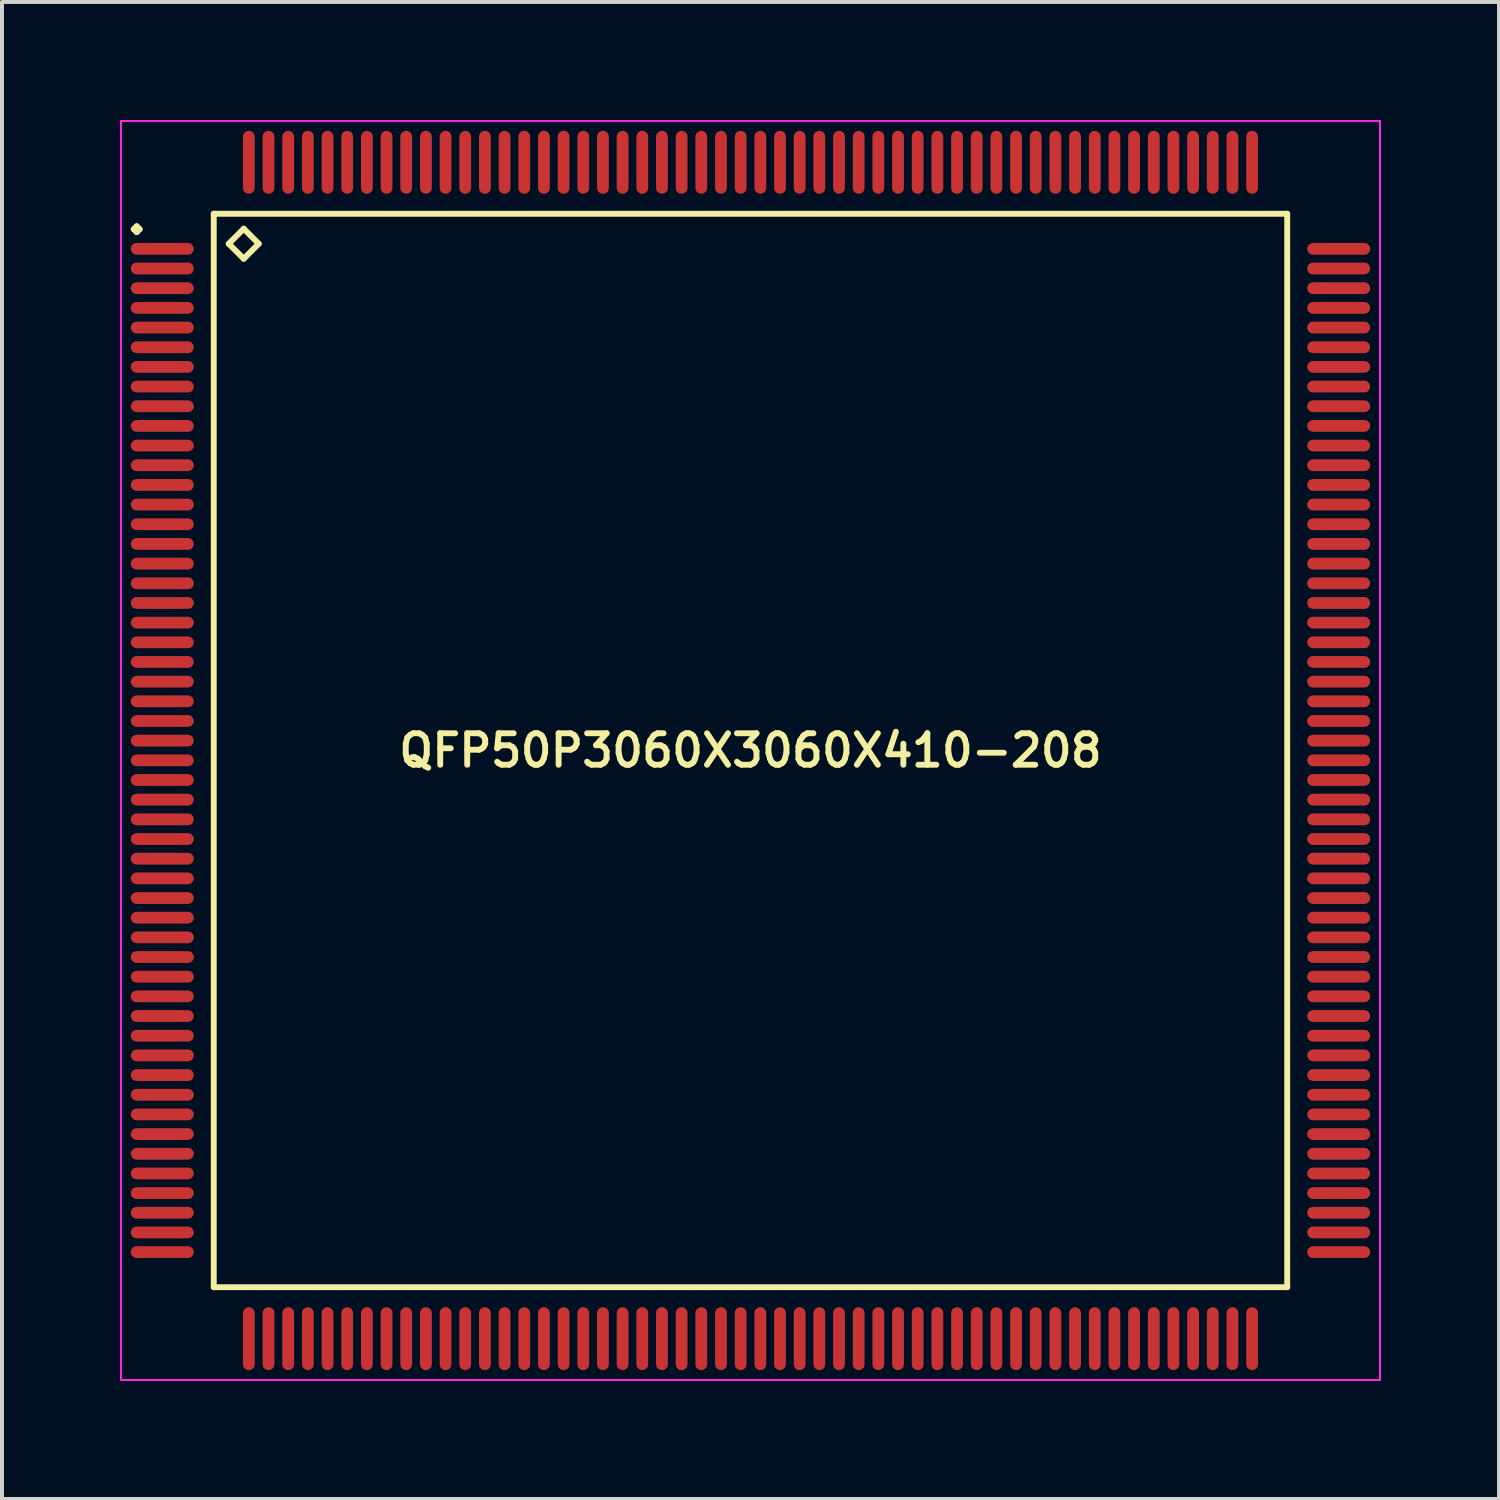
<source format=kicad_pcb>
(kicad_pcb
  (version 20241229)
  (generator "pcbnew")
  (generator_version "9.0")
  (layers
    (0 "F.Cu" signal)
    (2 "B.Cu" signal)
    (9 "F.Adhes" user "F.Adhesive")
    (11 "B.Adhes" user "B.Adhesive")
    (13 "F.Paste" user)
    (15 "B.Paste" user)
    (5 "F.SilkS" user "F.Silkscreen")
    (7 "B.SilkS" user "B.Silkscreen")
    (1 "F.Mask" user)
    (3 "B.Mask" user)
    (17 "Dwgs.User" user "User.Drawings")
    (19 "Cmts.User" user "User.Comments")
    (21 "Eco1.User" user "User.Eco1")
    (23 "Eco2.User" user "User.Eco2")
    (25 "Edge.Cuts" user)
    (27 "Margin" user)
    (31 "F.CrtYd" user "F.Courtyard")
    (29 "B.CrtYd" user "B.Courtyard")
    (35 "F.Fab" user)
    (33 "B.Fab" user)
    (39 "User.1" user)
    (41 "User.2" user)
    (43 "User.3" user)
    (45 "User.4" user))
  (footprint "QFP50P3060X3060X410-208"
    (layer "F.Cu")
    (at 16.025 16.025)
    (property "Reference" "QFP50P3060X3060X410-208" (at 0 0 0) (layer "F.SilkS") (effects (font (size 0.8 0.8) (thickness 0.15))))
    (attr smd)
    (fp_line (start -15.675 -13.25) (end -15.6 -13.325) (stroke (width 0.15) (type solid)) (layer "F.SilkS"))
    (fp_line (start -15.6 -13.325) (end -15.525 -13.25) (stroke (width 0.15) (type solid)) (layer "F.SilkS"))
    (fp_line (start -15.6 -13.175) (end -15.675 -13.25) (stroke (width 0.15) (type solid)) (layer "F.SilkS"))
    (fp_line (start -15.525 -13.25) (end -15.6 -13.175) (stroke (width 0.15) (type solid)) (layer "F.SilkS"))
    (fp_line (start -13.642 -13.642) (end -13.642 13.642) (stroke (width 0.15) (type solid)) (layer "F.SilkS"))
    (fp_line (start -13.642 13.642) (end 13.642 13.642) (stroke (width 0.15) (type solid)) (layer "F.SilkS"))
    (fp_line (start -13.261 -12.88) (end -12.88 -13.261) (stroke (width 0.15) (type solid)) (layer "F.SilkS"))
    (fp_line (start -12.88 -13.261) (end -12.499 -12.88) (stroke (width 0.15) (type solid)) (layer "F.SilkS"))
    (fp_line (start -12.88 -12.499) (end -13.261 -12.88) (stroke (width 0.15) (type solid)) (layer "F.SilkS"))
    (fp_line (start -12.499 -12.88) (end -12.88 -12.499) (stroke (width 0.15) (type solid)) (layer "F.SilkS"))
    (fp_line (start 13.642 -13.642) (end -13.642 -13.642) (stroke (width 0.15) (type solid)) (layer "F.SilkS"))
    (fp_line (start 13.642 13.642) (end 13.642 -13.642) (stroke (width 0.15) (type solid)) (layer "F.SilkS"))
    (fp_line (start -16 -16) (end 16 -16) (stroke (width 0.05) (type solid)) (layer "F.CrtYd"))
    (fp_line (start -16 16) (end -16 -16) (stroke (width 0.05) (type solid)) (layer "F.CrtYd"))
    (fp_line (start 16 -16) (end 16 16) (stroke (width 0.05) (type solid)) (layer "F.CrtYd"))
    (fp_line (start 16 16) (end -16 16) (stroke (width 0.05) (type solid)) (layer "F.CrtYd"))
    (pad "1" smd oval (at -14.95 -12.75) (size 1.6 0.3) (layers "F.Cu" "F.Mask" "F.Paste"))
    (pad "2" smd oval (at -14.95 -12.25) (size 1.6 0.3) (layers "F.Cu" "F.Mask" "F.Paste"))
    (pad "3" smd oval (at -14.95 -11.75) (size 1.6 0.3) (layers "F.Cu" "F.Mask" "F.Paste"))
    (pad "4" smd oval (at -14.95 -11.25) (size 1.6 0.3) (layers "F.Cu" "F.Mask" "F.Paste"))
    (pad "5" smd oval (at -14.95 -10.75) (size 1.6 0.3) (layers "F.Cu" "F.Mask" "F.Paste"))
    (pad "6" smd oval (at -14.95 -10.25) (size 1.6 0.3) (layers "F.Cu" "F.Mask" "F.Paste"))
    (pad "7" smd oval (at -14.95 -9.75) (size 1.6 0.3) (layers "F.Cu" "F.Mask" "F.Paste"))
    (pad "8" smd oval (at -14.95 -9.25) (size 1.6 0.3) (layers "F.Cu" "F.Mask" "F.Paste"))
    (pad "9" smd oval (at -14.95 -8.75) (size 1.6 0.3) (layers "F.Cu" "F.Mask" "F.Paste"))
    (pad "10" smd oval (at -14.95 -8.25) (size 1.6 0.3) (layers "F.Cu" "F.Mask" "F.Paste"))
    (pad "11" smd oval (at -14.95 -7.75) (size 1.6 0.3) (layers "F.Cu" "F.Mask" "F.Paste"))
    (pad "12" smd oval (at -14.95 -7.25) (size 1.6 0.3) (layers "F.Cu" "F.Mask" "F.Paste"))
    (pad "13" smd oval (at -14.95 -6.75) (size 1.6 0.3) (layers "F.Cu" "F.Mask" "F.Paste"))
    (pad "14" smd oval (at -14.95 -6.25) (size 1.6 0.3) (layers "F.Cu" "F.Mask" "F.Paste"))
    (pad "15" smd oval (at -14.95 -5.75) (size 1.6 0.3) (layers "F.Cu" "F.Mask" "F.Paste"))
    (pad "16" smd oval (at -14.95 -5.25) (size 1.6 0.3) (layers "F.Cu" "F.Mask" "F.Paste"))
    (pad "17" smd oval (at -14.95 -4.75) (size 1.6 0.3) (layers "F.Cu" "F.Mask" "F.Paste"))
    (pad "18" smd oval (at -14.95 -4.25) (size 1.6 0.3) (layers "F.Cu" "F.Mask" "F.Paste"))
    (pad "19" smd oval (at -14.95 -3.75) (size 1.6 0.3) (layers "F.Cu" "F.Mask" "F.Paste"))
    (pad "20" smd oval (at -14.95 -3.25) (size 1.6 0.3) (layers "F.Cu" "F.Mask" "F.Paste"))
    (pad "21" smd oval (at -14.95 -2.75) (size 1.6 0.3) (layers "F.Cu" "F.Mask" "F.Paste"))
    (pad "22" smd oval (at -14.95 -2.25) (size 1.6 0.3) (layers "F.Cu" "F.Mask" "F.Paste"))
    (pad "23" smd oval (at -14.95 -1.75) (size 1.6 0.3) (layers "F.Cu" "F.Mask" "F.Paste"))
    (pad "24" smd oval (at -14.95 -1.25) (size 1.6 0.3) (layers "F.Cu" "F.Mask" "F.Paste"))
    (pad "25" smd oval (at -14.95 -0.75) (size 1.6 0.3) (layers "F.Cu" "F.Mask" "F.Paste"))
    (pad "26" smd oval (at -14.95 -0.25) (size 1.6 0.3) (layers "F.Cu" "F.Mask" "F.Paste"))
    (pad "27" smd oval (at -14.95 0.25) (size 1.6 0.3) (layers "F.Cu" "F.Mask" "F.Paste"))
    (pad "28" smd oval (at -14.95 0.75) (size 1.6 0.3) (layers "F.Cu" "F.Mask" "F.Paste"))
    (pad "29" smd oval (at -14.95 1.25) (size 1.6 0.3) (layers "F.Cu" "F.Mask" "F.Paste"))
    (pad "30" smd oval (at -14.95 1.75) (size 1.6 0.3) (layers "F.Cu" "F.Mask" "F.Paste"))
    (pad "31" smd oval (at -14.95 2.25) (size 1.6 0.3) (layers "F.Cu" "F.Mask" "F.Paste"))
    (pad "32" smd oval (at -14.95 2.75) (size 1.6 0.3) (layers "F.Cu" "F.Mask" "F.Paste"))
    (pad "33" smd oval (at -14.95 3.25) (size 1.6 0.3) (layers "F.Cu" "F.Mask" "F.Paste"))
    (pad "34" smd oval (at -14.95 3.75) (size 1.6 0.3) (layers "F.Cu" "F.Mask" "F.Paste"))
    (pad "35" smd oval (at -14.95 4.25) (size 1.6 0.3) (layers "F.Cu" "F.Mask" "F.Paste"))
    (pad "36" smd oval (at -14.95 4.75) (size 1.6 0.3) (layers "F.Cu" "F.Mask" "F.Paste"))
    (pad "37" smd oval (at -14.95 5.25) (size 1.6 0.3) (layers "F.Cu" "F.Mask" "F.Paste"))
    (pad "38" smd oval (at -14.95 5.75) (size 1.6 0.3) (layers "F.Cu" "F.Mask" "F.Paste"))
    (pad "39" smd oval (at -14.95 6.25) (size 1.6 0.3) (layers "F.Cu" "F.Mask" "F.Paste"))
    (pad "40" smd oval (at -14.95 6.75) (size 1.6 0.3) (layers "F.Cu" "F.Mask" "F.Paste"))
    (pad "41" smd oval (at -14.95 7.25) (size 1.6 0.3) (layers "F.Cu" "F.Mask" "F.Paste"))
    (pad "42" smd oval (at -14.95 7.75) (size 1.6 0.3) (layers "F.Cu" "F.Mask" "F.Paste"))
    (pad "43" smd oval (at -14.95 8.25) (size 1.6 0.3) (layers "F.Cu" "F.Mask" "F.Paste"))
    (pad "44" smd oval (at -14.95 8.75) (size 1.6 0.3) (layers "F.Cu" "F.Mask" "F.Paste"))
    (pad "45" smd oval (at -14.95 9.25) (size 1.6 0.3) (layers "F.Cu" "F.Mask" "F.Paste"))
    (pad "46" smd oval (at -14.95 9.75) (size 1.6 0.3) (layers "F.Cu" "F.Mask" "F.Paste"))
    (pad "47" smd oval (at -14.95 10.25) (size 1.6 0.3) (layers "F.Cu" "F.Mask" "F.Paste"))
    (pad "48" smd oval (at -14.95 10.75) (size 1.6 0.3) (layers "F.Cu" "F.Mask" "F.Paste"))
    (pad "49" smd oval (at -14.95 11.25) (size 1.6 0.3) (layers "F.Cu" "F.Mask" "F.Paste"))
    (pad "50" smd oval (at -14.95 11.75) (size 1.6 0.3) (layers "F.Cu" "F.Mask" "F.Paste"))
    (pad "51" smd oval (at -14.95 12.25) (size 1.6 0.3) (layers "F.Cu" "F.Mask" "F.Paste"))
    (pad "52" smd oval (at -14.95 12.75) (size 1.6 0.3) (layers "F.Cu" "F.Mask" "F.Paste"))
    (pad "53" smd oval (at -12.75 14.95) (size 0.3 1.6) (layers "F.Cu" "F.Mask" "F.Paste"))
    (pad "54" smd oval (at -12.25 14.95) (size 0.3 1.6) (layers "F.Cu" "F.Mask" "F.Paste"))
    (pad "55" smd oval (at -11.75 14.95) (size 0.3 1.6) (layers "F.Cu" "F.Mask" "F.Paste"))
    (pad "56" smd oval (at -11.25 14.95) (size 0.3 1.6) (layers "F.Cu" "F.Mask" "F.Paste"))
    (pad "57" smd oval (at -10.75 14.95) (size 0.3 1.6) (layers "F.Cu" "F.Mask" "F.Paste"))
    (pad "58" smd oval (at -10.25 14.95) (size 0.3 1.6) (layers "F.Cu" "F.Mask" "F.Paste"))
    (pad "59" smd oval (at -9.75 14.95) (size 0.3 1.6) (layers "F.Cu" "F.Mask" "F.Paste"))
    (pad "60" smd oval (at -9.25 14.95) (size 0.3 1.6) (layers "F.Cu" "F.Mask" "F.Paste"))
    (pad "61" smd oval (at -8.75 14.95) (size 0.3 1.6) (layers "F.Cu" "F.Mask" "F.Paste"))
    (pad "62" smd oval (at -8.25 14.95) (size 0.3 1.6) (layers "F.Cu" "F.Mask" "F.Paste"))
    (pad "63" smd oval (at -7.75 14.95) (size 0.3 1.6) (layers "F.Cu" "F.Mask" "F.Paste"))
    (pad "64" smd oval (at -7.25 14.95) (size 0.3 1.6) (layers "F.Cu" "F.Mask" "F.Paste"))
    (pad "65" smd oval (at -6.75 14.95) (size 0.3 1.6) (layers "F.Cu" "F.Mask" "F.Paste"))
    (pad "66" smd oval (at -6.25 14.95) (size 0.3 1.6) (layers "F.Cu" "F.Mask" "F.Paste"))
    (pad "67" smd oval (at -5.75 14.95) (size 0.3 1.6) (layers "F.Cu" "F.Mask" "F.Paste"))
    (pad "68" smd oval (at -5.25 14.95) (size 0.3 1.6) (layers "F.Cu" "F.Mask" "F.Paste"))
    (pad "69" smd oval (at -4.75 14.95) (size 0.3 1.6) (layers "F.Cu" "F.Mask" "F.Paste"))
    (pad "70" smd oval (at -4.25 14.95) (size 0.3 1.6) (layers "F.Cu" "F.Mask" "F.Paste"))
    (pad "71" smd oval (at -3.75 14.95) (size 0.3 1.6) (layers "F.Cu" "F.Mask" "F.Paste"))
    (pad "72" smd oval (at -3.25 14.95) (size 0.3 1.6) (layers "F.Cu" "F.Mask" "F.Paste"))
    (pad "73" smd oval (at -2.75 14.95) (size 0.3 1.6) (layers "F.Cu" "F.Mask" "F.Paste"))
    (pad "74" smd oval (at -2.25 14.95) (size 0.3 1.6) (layers "F.Cu" "F.Mask" "F.Paste"))
    (pad "75" smd oval (at -1.75 14.95) (size 0.3 1.6) (layers "F.Cu" "F.Mask" "F.Paste"))
    (pad "76" smd oval (at -1.25 14.95) (size 0.3 1.6) (layers "F.Cu" "F.Mask" "F.Paste"))
    (pad "77" smd oval (at -0.75 14.95) (size 0.3 1.6) (layers "F.Cu" "F.Mask" "F.Paste"))
    (pad "78" smd oval (at -0.25 14.95) (size 0.3 1.6) (layers "F.Cu" "F.Mask" "F.Paste"))
    (pad "79" smd oval (at 0.25 14.95) (size 0.3 1.6) (layers "F.Cu" "F.Mask" "F.Paste"))
    (pad "80" smd oval (at 0.75 14.95) (size 0.3 1.6) (layers "F.Cu" "F.Mask" "F.Paste"))
    (pad "81" smd oval (at 1.25 14.95) (size 0.3 1.6) (layers "F.Cu" "F.Mask" "F.Paste"))
    (pad "82" smd oval (at 1.75 14.95) (size 0.3 1.6) (layers "F.Cu" "F.Mask" "F.Paste"))
    (pad "83" smd oval (at 2.25 14.95) (size 0.3 1.6) (layers "F.Cu" "F.Mask" "F.Paste"))
    (pad "84" smd oval (at 2.75 14.95) (size 0.3 1.6) (layers "F.Cu" "F.Mask" "F.Paste"))
    (pad "85" smd oval (at 3.25 14.95) (size 0.3 1.6) (layers "F.Cu" "F.Mask" "F.Paste"))
    (pad "86" smd oval (at 3.75 14.95) (size 0.3 1.6) (layers "F.Cu" "F.Mask" "F.Paste"))
    (pad "87" smd oval (at 4.25 14.95) (size 0.3 1.6) (layers "F.Cu" "F.Mask" "F.Paste"))
    (pad "88" smd oval (at 4.75 14.95) (size 0.3 1.6) (layers "F.Cu" "F.Mask" "F.Paste"))
    (pad "89" smd oval (at 5.25 14.95) (size 0.3 1.6) (layers "F.Cu" "F.Mask" "F.Paste"))
    (pad "90" smd oval (at 5.75 14.95) (size 0.3 1.6) (layers "F.Cu" "F.Mask" "F.Paste"))
    (pad "91" smd oval (at 6.25 14.95) (size 0.3 1.6) (layers "F.Cu" "F.Mask" "F.Paste"))
    (pad "92" smd oval (at 6.75 14.95) (size 0.3 1.6) (layers "F.Cu" "F.Mask" "F.Paste"))
    (pad "93" smd oval (at 7.25 14.95) (size 0.3 1.6) (layers "F.Cu" "F.Mask" "F.Paste"))
    (pad "94" smd oval (at 7.75 14.95) (size 0.3 1.6) (layers "F.Cu" "F.Mask" "F.Paste"))
    (pad "95" smd oval (at 8.25 14.95) (size 0.3 1.6) (layers "F.Cu" "F.Mask" "F.Paste"))
    (pad "96" smd oval (at 8.75 14.95) (size 0.3 1.6) (layers "F.Cu" "F.Mask" "F.Paste"))
    (pad "97" smd oval (at 9.25 14.95) (size 0.3 1.6) (layers "F.Cu" "F.Mask" "F.Paste"))
    (pad "98" smd oval (at 9.75 14.95) (size 0.3 1.6) (layers "F.Cu" "F.Mask" "F.Paste"))
    (pad "99" smd oval (at 10.25 14.95) (size 0.3 1.6) (layers "F.Cu" "F.Mask" "F.Paste"))
    (pad "100" smd oval (at 10.75 14.95) (size 0.3 1.6) (layers "F.Cu" "F.Mask" "F.Paste"))
    (pad "101" smd oval (at 11.25 14.95) (size 0.3 1.6) (layers "F.Cu" "F.Mask" "F.Paste"))
    (pad "102" smd oval (at 11.75 14.95) (size 0.3 1.6) (layers "F.Cu" "F.Mask" "F.Paste"))
    (pad "103" smd oval (at 12.25 14.95) (size 0.3 1.6) (layers "F.Cu" "F.Mask" "F.Paste"))
    (pad "104" smd oval (at 12.75 14.95) (size 0.3 1.6) (layers "F.Cu" "F.Mask" "F.Paste"))
    (pad "105" smd oval (at 14.95 12.75) (size 1.6 0.3) (layers "F.Cu" "F.Mask" "F.Paste"))
    (pad "106" smd oval (at 14.95 12.25) (size 1.6 0.3) (layers "F.Cu" "F.Mask" "F.Paste"))
    (pad "107" smd oval (at 14.95 11.75) (size 1.6 0.3) (layers "F.Cu" "F.Mask" "F.Paste"))
    (pad "108" smd oval (at 14.95 11.25) (size 1.6 0.3) (layers "F.Cu" "F.Mask" "F.Paste"))
    (pad "109" smd oval (at 14.95 10.75) (size 1.6 0.3) (layers "F.Cu" "F.Mask" "F.Paste"))
    (pad "110" smd oval (at 14.95 10.25) (size 1.6 0.3) (layers "F.Cu" "F.Mask" "F.Paste"))
    (pad "111" smd oval (at 14.95 9.75) (size 1.6 0.3) (layers "F.Cu" "F.Mask" "F.Paste"))
    (pad "112" smd oval (at 14.95 9.25) (size 1.6 0.3) (layers "F.Cu" "F.Mask" "F.Paste"))
    (pad "113" smd oval (at 14.95 8.75) (size 1.6 0.3) (layers "F.Cu" "F.Mask" "F.Paste"))
    (pad "114" smd oval (at 14.95 8.25) (size 1.6 0.3) (layers "F.Cu" "F.Mask" "F.Paste"))
    (pad "115" smd oval (at 14.95 7.75) (size 1.6 0.3) (layers "F.Cu" "F.Mask" "F.Paste"))
    (pad "116" smd oval (at 14.95 7.25) (size 1.6 0.3) (layers "F.Cu" "F.Mask" "F.Paste"))
    (pad "117" smd oval (at 14.95 6.75) (size 1.6 0.3) (layers "F.Cu" "F.Mask" "F.Paste"))
    (pad "118" smd oval (at 14.95 6.25) (size 1.6 0.3) (layers "F.Cu" "F.Mask" "F.Paste"))
    (pad "119" smd oval (at 14.95 5.75) (size 1.6 0.3) (layers "F.Cu" "F.Mask" "F.Paste"))
    (pad "120" smd oval (at 14.95 5.25) (size 1.6 0.3) (layers "F.Cu" "F.Mask" "F.Paste"))
    (pad "121" smd oval (at 14.95 4.75) (size 1.6 0.3) (layers "F.Cu" "F.Mask" "F.Paste"))
    (pad "122" smd oval (at 14.95 4.25) (size 1.6 0.3) (layers "F.Cu" "F.Mask" "F.Paste"))
    (pad "123" smd oval (at 14.95 3.75) (size 1.6 0.3) (layers "F.Cu" "F.Mask" "F.Paste"))
    (pad "124" smd oval (at 14.95 3.25) (size 1.6 0.3) (layers "F.Cu" "F.Mask" "F.Paste"))
    (pad "125" smd oval (at 14.95 2.75) (size 1.6 0.3) (layers "F.Cu" "F.Mask" "F.Paste"))
    (pad "126" smd oval (at 14.95 2.25) (size 1.6 0.3) (layers "F.Cu" "F.Mask" "F.Paste"))
    (pad "127" smd oval (at 14.95 1.75) (size 1.6 0.3) (layers "F.Cu" "F.Mask" "F.Paste"))
    (pad "128" smd oval (at 14.95 1.25) (size 1.6 0.3) (layers "F.Cu" "F.Mask" "F.Paste"))
    (pad "129" smd oval (at 14.95 0.75) (size 1.6 0.3) (layers "F.Cu" "F.Mask" "F.Paste"))
    (pad "130" smd oval (at 14.95 0.25) (size 1.6 0.3) (layers "F.Cu" "F.Mask" "F.Paste"))
    (pad "131" smd oval (at 14.95 -0.25) (size 1.6 0.3) (layers "F.Cu" "F.Mask" "F.Paste"))
    (pad "132" smd oval (at 14.95 -0.75) (size 1.6 0.3) (layers "F.Cu" "F.Mask" "F.Paste"))
    (pad "133" smd oval (at 14.95 -1.25) (size 1.6 0.3) (layers "F.Cu" "F.Mask" "F.Paste"))
    (pad "134" smd oval (at 14.95 -1.75) (size 1.6 0.3) (layers "F.Cu" "F.Mask" "F.Paste"))
    (pad "135" smd oval (at 14.95 -2.25) (size 1.6 0.3) (layers "F.Cu" "F.Mask" "F.Paste"))
    (pad "136" smd oval (at 14.95 -2.75) (size 1.6 0.3) (layers "F.Cu" "F.Mask" "F.Paste"))
    (pad "137" smd oval (at 14.95 -3.25) (size 1.6 0.3) (layers "F.Cu" "F.Mask" "F.Paste"))
    (pad "138" smd oval (at 14.95 -3.75) (size 1.6 0.3) (layers "F.Cu" "F.Mask" "F.Paste"))
    (pad "139" smd oval (at 14.95 -4.25) (size 1.6 0.3) (layers "F.Cu" "F.Mask" "F.Paste"))
    (pad "140" smd oval (at 14.95 -4.75) (size 1.6 0.3) (layers "F.Cu" "F.Mask" "F.Paste"))
    (pad "141" smd oval (at 14.95 -5.25) (size 1.6 0.3) (layers "F.Cu" "F.Mask" "F.Paste"))
    (pad "142" smd oval (at 14.95 -5.75) (size 1.6 0.3) (layers "F.Cu" "F.Mask" "F.Paste"))
    (pad "143" smd oval (at 14.95 -6.25) (size 1.6 0.3) (layers "F.Cu" "F.Mask" "F.Paste"))
    (pad "144" smd oval (at 14.95 -6.75) (size 1.6 0.3) (layers "F.Cu" "F.Mask" "F.Paste"))
    (pad "145" smd oval (at 14.95 -7.25) (size 1.6 0.3) (layers "F.Cu" "F.Mask" "F.Paste"))
    (pad "146" smd oval (at 14.95 -7.75) (size 1.6 0.3) (layers "F.Cu" "F.Mask" "F.Paste"))
    (pad "147" smd oval (at 14.95 -8.25) (size 1.6 0.3) (layers "F.Cu" "F.Mask" "F.Paste"))
    (pad "148" smd oval (at 14.95 -8.75) (size 1.6 0.3) (layers "F.Cu" "F.Mask" "F.Paste"))
    (pad "149" smd oval (at 14.95 -9.25) (size 1.6 0.3) (layers "F.Cu" "F.Mask" "F.Paste"))
    (pad "150" smd oval (at 14.95 -9.75) (size 1.6 0.3) (layers "F.Cu" "F.Mask" "F.Paste"))
    (pad "151" smd oval (at 14.95 -10.25) (size 1.6 0.3) (layers "F.Cu" "F.Mask" "F.Paste"))
    (pad "152" smd oval (at 14.95 -10.75) (size 1.6 0.3) (layers "F.Cu" "F.Mask" "F.Paste"))
    (pad "153" smd oval (at 14.95 -11.25) (size 1.6 0.3) (layers "F.Cu" "F.Mask" "F.Paste"))
    (pad "154" smd oval (at 14.95 -11.75) (size 1.6 0.3) (layers "F.Cu" "F.Mask" "F.Paste"))
    (pad "155" smd oval (at 14.95 -12.25) (size 1.6 0.3) (layers "F.Cu" "F.Mask" "F.Paste"))
    (pad "156" smd oval (at 14.95 -12.75) (size 1.6 0.3) (layers "F.Cu" "F.Mask" "F.Paste"))
    (pad "157" smd oval (at 12.75 -14.95) (size 0.3 1.6) (layers "F.Cu" "F.Mask" "F.Paste"))
    (pad "158" smd oval (at 12.25 -14.95) (size 0.3 1.6) (layers "F.Cu" "F.Mask" "F.Paste"))
    (pad "159" smd oval (at 11.75 -14.95) (size 0.3 1.6) (layers "F.Cu" "F.Mask" "F.Paste"))
    (pad "160" smd oval (at 11.25 -14.95) (size 0.3 1.6) (layers "F.Cu" "F.Mask" "F.Paste"))
    (pad "161" smd oval (at 10.75 -14.95) (size 0.3 1.6) (layers "F.Cu" "F.Mask" "F.Paste"))
    (pad "162" smd oval (at 10.25 -14.95) (size 0.3 1.6) (layers "F.Cu" "F.Mask" "F.Paste"))
    (pad "163" smd oval (at 9.75 -14.95) (size 0.3 1.6) (layers "F.Cu" "F.Mask" "F.Paste"))
    (pad "164" smd oval (at 9.25 -14.95) (size 0.3 1.6) (layers "F.Cu" "F.Mask" "F.Paste"))
    (pad "165" smd oval (at 8.75 -14.95) (size 0.3 1.6) (layers "F.Cu" "F.Mask" "F.Paste"))
    (pad "166" smd oval (at 8.25 -14.95) (size 0.3 1.6) (layers "F.Cu" "F.Mask" "F.Paste"))
    (pad "167" smd oval (at 7.75 -14.95) (size 0.3 1.6) (layers "F.Cu" "F.Mask" "F.Paste"))
    (pad "168" smd oval (at 7.25 -14.95) (size 0.3 1.6) (layers "F.Cu" "F.Mask" "F.Paste"))
    (pad "169" smd oval (at 6.75 -14.95) (size 0.3 1.6) (layers "F.Cu" "F.Mask" "F.Paste"))
    (pad "170" smd oval (at 6.25 -14.95) (size 0.3 1.6) (layers "F.Cu" "F.Mask" "F.Paste"))
    (pad "171" smd oval (at 5.75 -14.95) (size 0.3 1.6) (layers "F.Cu" "F.Mask" "F.Paste"))
    (pad "172" smd oval (at 5.25 -14.95) (size 0.3 1.6) (layers "F.Cu" "F.Mask" "F.Paste"))
    (pad "173" smd oval (at 4.75 -14.95) (size 0.3 1.6) (layers "F.Cu" "F.Mask" "F.Paste"))
    (pad "174" smd oval (at 4.25 -14.95) (size 0.3 1.6) (layers "F.Cu" "F.Mask" "F.Paste"))
    (pad "175" smd oval (at 3.75 -14.95) (size 0.3 1.6) (layers "F.Cu" "F.Mask" "F.Paste"))
    (pad "176" smd oval (at 3.25 -14.95) (size 0.3 1.6) (layers "F.Cu" "F.Mask" "F.Paste"))
    (pad "177" smd oval (at 2.75 -14.95) (size 0.3 1.6) (layers "F.Cu" "F.Mask" "F.Paste"))
    (pad "178" smd oval (at 2.25 -14.95) (size 0.3 1.6) (layers "F.Cu" "F.Mask" "F.Paste"))
    (pad "179" smd oval (at 1.75 -14.95) (size 0.3 1.6) (layers "F.Cu" "F.Mask" "F.Paste"))
    (pad "180" smd oval (at 1.25 -14.95) (size 0.3 1.6) (layers "F.Cu" "F.Mask" "F.Paste"))
    (pad "181" smd oval (at 0.75 -14.95) (size 0.3 1.6) (layers "F.Cu" "F.Mask" "F.Paste"))
    (pad "182" smd oval (at 0.25 -14.95) (size 0.3 1.6) (layers "F.Cu" "F.Mask" "F.Paste"))
    (pad "183" smd oval (at -0.25 -14.95) (size 0.3 1.6) (layers "F.Cu" "F.Mask" "F.Paste"))
    (pad "184" smd oval (at -0.75 -14.95) (size 0.3 1.6) (layers "F.Cu" "F.Mask" "F.Paste"))
    (pad "185" smd oval (at -1.25 -14.95) (size 0.3 1.6) (layers "F.Cu" "F.Mask" "F.Paste"))
    (pad "186" smd oval (at -1.75 -14.95) (size 0.3 1.6) (layers "F.Cu" "F.Mask" "F.Paste"))
    (pad "187" smd oval (at -2.25 -14.95) (size 0.3 1.6) (layers "F.Cu" "F.Mask" "F.Paste"))
    (pad "188" smd oval (at -2.75 -14.95) (size 0.3 1.6) (layers "F.Cu" "F.Mask" "F.Paste"))
    (pad "189" smd oval (at -3.25 -14.95) (size 0.3 1.6) (layers "F.Cu" "F.Mask" "F.Paste"))
    (pad "190" smd oval (at -3.75 -14.95) (size 0.3 1.6) (layers "F.Cu" "F.Mask" "F.Paste"))
    (pad "191" smd oval (at -4.25 -14.95) (size 0.3 1.6) (layers "F.Cu" "F.Mask" "F.Paste"))
    (pad "192" smd oval (at -4.75 -14.95) (size 0.3 1.6) (layers "F.Cu" "F.Mask" "F.Paste"))
    (pad "193" smd oval (at -5.25 -14.95) (size 0.3 1.6) (layers "F.Cu" "F.Mask" "F.Paste"))
    (pad "194" smd oval (at -5.75 -14.95) (size 0.3 1.6) (layers "F.Cu" "F.Mask" "F.Paste"))
    (pad "195" smd oval (at -6.25 -14.95) (size 0.3 1.6) (layers "F.Cu" "F.Mask" "F.Paste"))
    (pad "196" smd oval (at -6.75 -14.95) (size 0.3 1.6) (layers "F.Cu" "F.Mask" "F.Paste"))
    (pad "197" smd oval (at -7.25 -14.95) (size 0.3 1.6) (layers "F.Cu" "F.Mask" "F.Paste"))
    (pad "198" smd oval (at -7.75 -14.95) (size 0.3 1.6) (layers "F.Cu" "F.Mask" "F.Paste"))
    (pad "199" smd oval (at -8.25 -14.95) (size 0.3 1.6) (layers "F.Cu" "F.Mask" "F.Paste"))
    (pad "200" smd oval (at -8.75 -14.95) (size 0.3 1.6) (layers "F.Cu" "F.Mask" "F.Paste"))
    (pad "201" smd oval (at -9.25 -14.95) (size 0.3 1.6) (layers "F.Cu" "F.Mask" "F.Paste"))
    (pad "202" smd oval (at -9.75 -14.95) (size 0.3 1.6) (layers "F.Cu" "F.Mask" "F.Paste"))
    (pad "203" smd oval (at -10.25 -14.95) (size 0.3 1.6) (layers "F.Cu" "F.Mask" "F.Paste"))
    (pad "204" smd oval (at -10.75 -14.95) (size 0.3 1.6) (layers "F.Cu" "F.Mask" "F.Paste"))
    (pad "205" smd oval (at -11.25 -14.95) (size 0.3 1.6) (layers "F.Cu" "F.Mask" "F.Paste"))
    (pad "206" smd oval (at -11.75 -14.95) (size 0.3 1.6) (layers "F.Cu" "F.Mask" "F.Paste"))
    (pad "207" smd oval (at -12.25 -14.95) (size 0.3 1.6) (layers "F.Cu" "F.Mask" "F.Paste"))
    (pad "208" smd oval (at -12.75 -14.95) (size 0.3 1.6) (layers "F.Cu" "F.Mask" "F.Paste")))
  (gr_rect
    (start -3 -3)
    (end 35.05 35.05)
    (stroke (width 0.1) (type default))
    (fill no)
    (layer "Edge.Cuts")))
</source>
